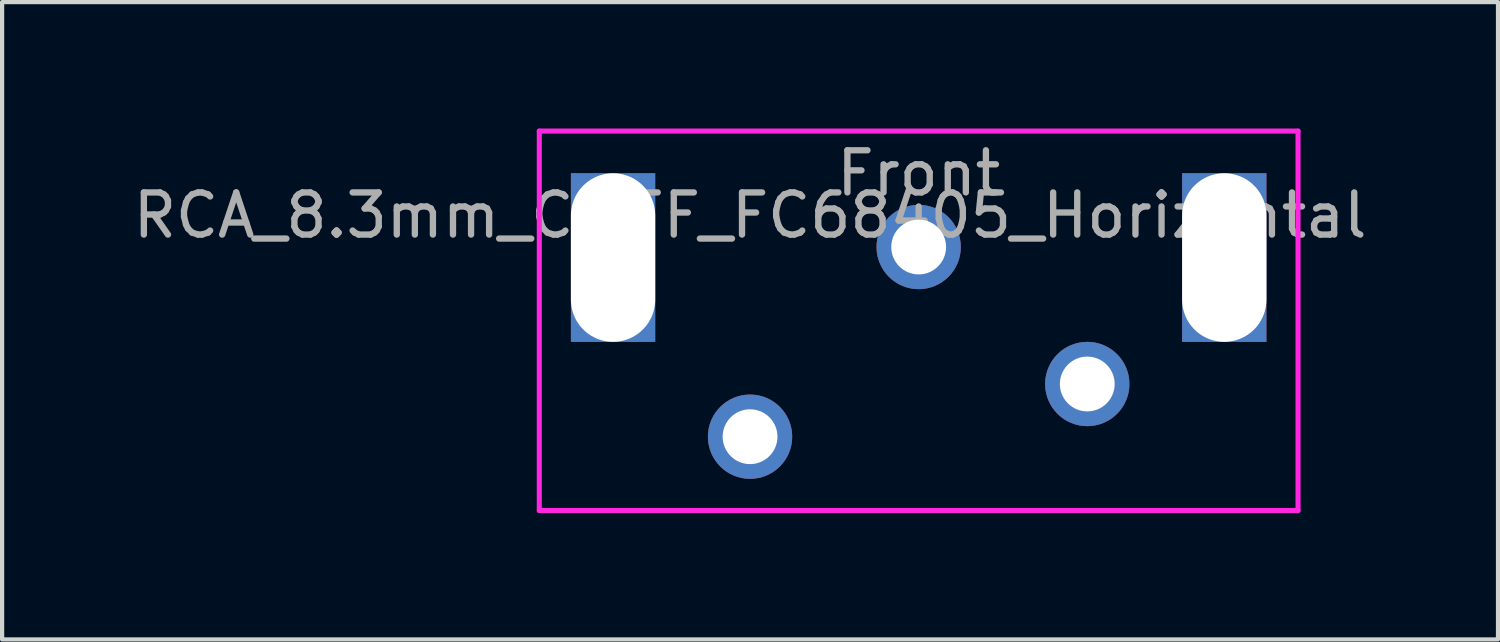
<source format=kicad_pcb>
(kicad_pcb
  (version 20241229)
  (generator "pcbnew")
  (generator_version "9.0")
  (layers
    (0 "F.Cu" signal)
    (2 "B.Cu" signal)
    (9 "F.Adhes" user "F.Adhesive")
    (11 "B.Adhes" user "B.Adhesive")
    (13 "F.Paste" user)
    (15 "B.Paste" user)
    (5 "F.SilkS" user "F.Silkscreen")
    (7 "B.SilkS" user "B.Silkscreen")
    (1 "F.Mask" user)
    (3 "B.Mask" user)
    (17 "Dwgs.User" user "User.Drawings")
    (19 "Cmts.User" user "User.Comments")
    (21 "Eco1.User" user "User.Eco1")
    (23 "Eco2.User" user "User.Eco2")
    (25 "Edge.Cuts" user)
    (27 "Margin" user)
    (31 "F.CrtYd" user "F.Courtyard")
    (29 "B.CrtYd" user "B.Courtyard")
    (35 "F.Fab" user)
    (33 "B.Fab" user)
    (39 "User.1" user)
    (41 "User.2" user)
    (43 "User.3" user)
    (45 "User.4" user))
  (footprint "RCA_8.3mm_CLIFF_FC68405_Horizontal"
    (layer "F.Cu")
    (at 18.744 3.06)
    (property "Reference" "RCA_8.3mm_CLIFF_FC68405_Horizontal" (at -4 -1 0) (layer "F.Fab") (effects (font (size 1 1) (thickness 0.15))))
    (attr through_hole)
    (fp_line (start -9 -3) (end 9 -3) (stroke (width 0.12) (type solid)) (layer "F.CrtYd"))
    (fp_line (start -9 6) (end -9 -3) (stroke (width 0.12) (type solid)) (layer "F.CrtYd"))
    (fp_line (start 9 -3) (end 9 6) (stroke (width 0.12) (type solid)) (layer "F.CrtYd"))
    (fp_line (start 9 6) (end -9 6) (stroke (width 0.12) (type solid)) (layer "F.CrtYd"))
    (fp_text user "Front" (at 0 -2 0) (layer "F.Fab") (effects (font (size 1 1) (thickness 0.15))))
    (pad "" np_thru_hole rect (at -7.25 0) (size 2 4) (drill oval 2 4) (layers "*.Cu" "*.Mask"))
    (pad "" np_thru_hole rect (at 7.25 0) (size 2 4) (drill oval 2 4) (layers "*.Cu" "*.Mask"))
    (pad "1" thru_hole circle (at -4 4.25) (size 2 2) (drill 1.3) (layers "*.Cu" "*.Mask"))
    (pad "2" thru_hole circle (at 4 3) (size 2 2) (drill 1.3) (layers "*.Cu" "*.Mask"))
    (pad "3" thru_hole circle (at 0 -0.25) (size 2 2) (drill 1.3) (layers "*.Cu" "*.Mask")))
  (gr_rect
    (start -3 -3)
    (end 32.488 12.12)
    (stroke (width 0.1) (type default))
    (fill no)
    (layer "Edge.Cuts")))
</source>
